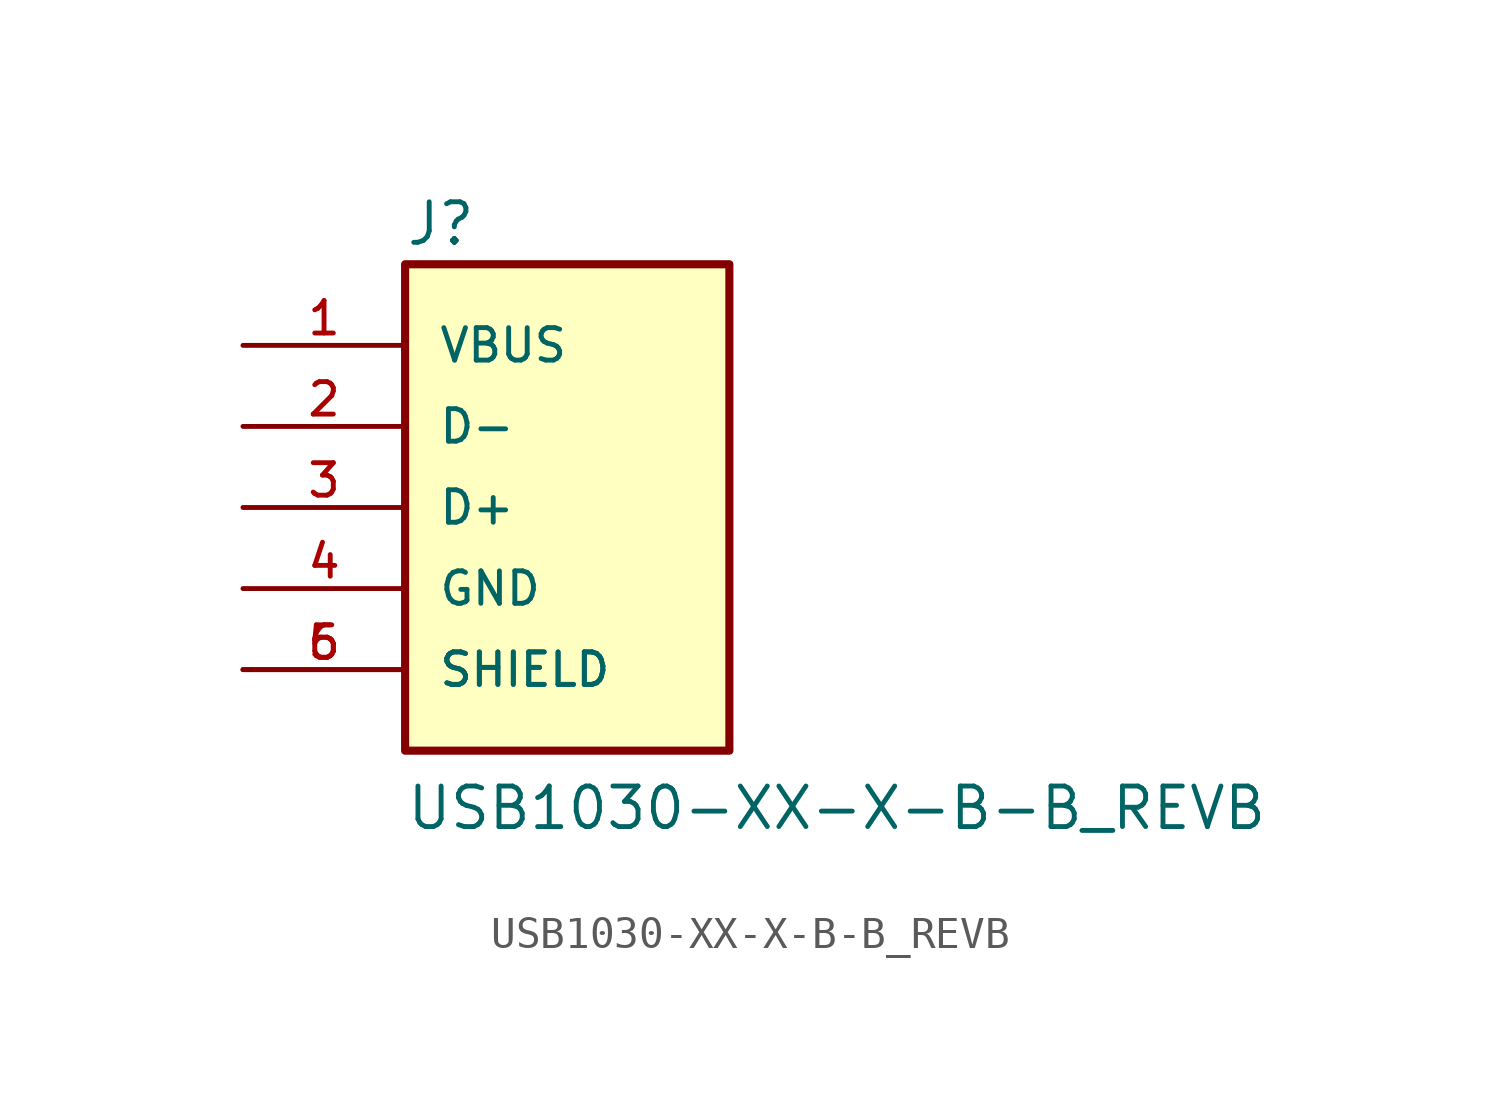
<source format=kicad_sym>
(kicad_symbol_lib
  (version 20211014)
  (generator kicad_symbol_editor)
  (symbol "USB1030-XX-X-B-B_REVB"
    (pin_names
      (offset 1.016))
    (property "Reference" "J"
      (at -5.09 8.144 0)
      (effects (font (size 1.27 1.27)) (justify bottom left)))
    (property "Value" "USB1030-XX-X-B-B_REVB"
      (at -5.08 -10.161 0)
      (effects (font (size 1.27 1.27)) (justify bottom left)))
    (symbol "USB1030-XX-X-B-B_REVB_0_0"
      (rectangle (start -5.08 -7.62) (end 5.08 7.62) (stroke (width 0.254)) (fill (type background)))
      (pin power_in line (at -10.16 5.08 0) (length 5.08) (name "VBUS" (effects (font (size 1.016 1.016)))) (number "1" (effects (font (size 1.016 1.016)))))
      (pin bidirectional line (at -10.16 2.54 0) (length 5.08) (name "D-" (effects (font (size 1.016 1.016)))) (number "2" (effects (font (size 1.016 1.016)))))
      (pin bidirectional line (at -10.16 0.0 0) (length 5.08) (name "D+" (effects (font (size 1.016 1.016)))) (number "3" (effects (font (size 1.016 1.016)))))
      (pin power_in line (at -10.16 -2.54 0) (length 5.08) (name "GND" (effects (font (size 1.016 1.016)))) (number "4" (effects (font (size 1.016 1.016)))))
      (pin power_in line (at -10.16 -5.08 0) (length 5.08) (name "SHIELD" (effects (font (size 1.016 1.016)))) (number "5" (effects (font (size 1.016 1.016)))))
      (pin power_in line (at -10.16 -5.08 0) (length 5.08) (name "SHIELD" (effects (font (size 1.016 1.016)))) (number "6" (effects (font (size 1.016 1.016))))))))
</source>
